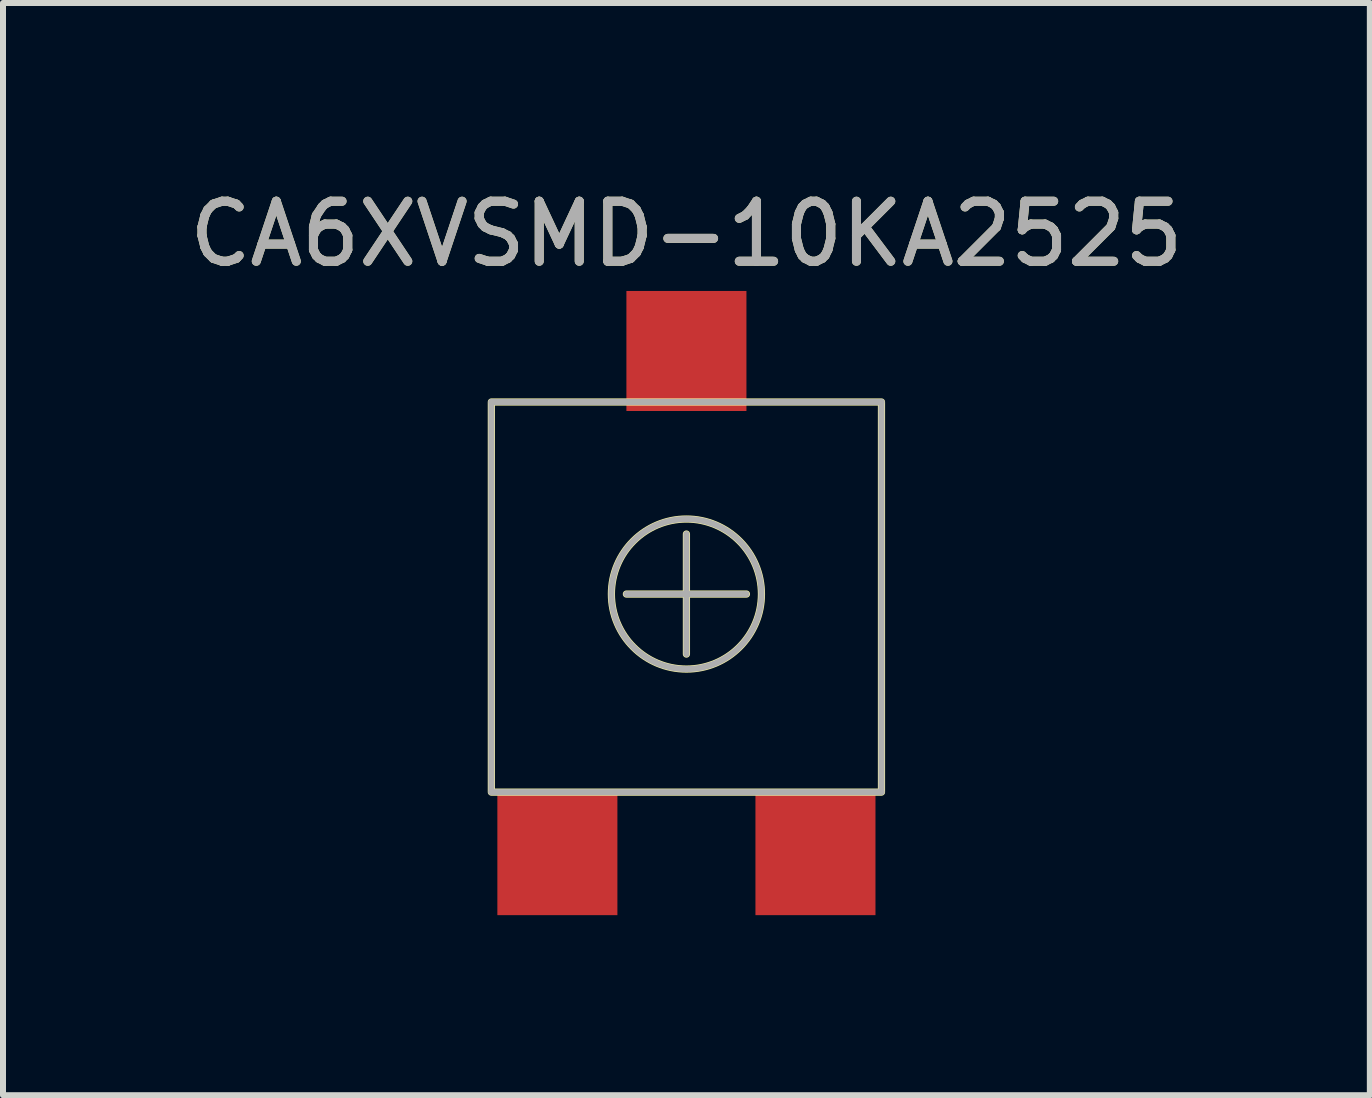
<source format=kicad_pcb>
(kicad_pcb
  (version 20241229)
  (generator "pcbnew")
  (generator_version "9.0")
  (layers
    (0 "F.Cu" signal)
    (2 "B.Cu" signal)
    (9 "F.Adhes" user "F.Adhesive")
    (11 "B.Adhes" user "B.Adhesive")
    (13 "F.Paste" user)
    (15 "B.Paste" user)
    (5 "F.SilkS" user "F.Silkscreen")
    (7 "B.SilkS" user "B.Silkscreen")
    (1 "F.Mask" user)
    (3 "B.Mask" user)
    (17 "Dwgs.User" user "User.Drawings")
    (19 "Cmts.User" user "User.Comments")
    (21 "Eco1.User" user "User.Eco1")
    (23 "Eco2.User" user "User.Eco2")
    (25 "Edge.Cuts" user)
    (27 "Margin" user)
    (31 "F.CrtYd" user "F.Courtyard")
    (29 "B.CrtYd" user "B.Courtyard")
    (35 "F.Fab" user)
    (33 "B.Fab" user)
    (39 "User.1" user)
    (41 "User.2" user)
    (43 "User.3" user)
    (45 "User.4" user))
  (footprint "CA6XVSMD-10KA2525"
    (layer "F.Cu")
    (at 8.387 6.848)
    (property "Reference" "CA6XVSMD-10KA2525" (at 0 -6 0) (unlocked yes) (layer "F.SilkS") (effects (font (size 1 1) (thickness 0.15))))
    (attr smd)
    (fp_line (start -1 0) (end 1 0) (stroke (width 0.12) (type solid)) (layer "F.SilkS"))
    (fp_line (start 0 -1) (end 0 1) (stroke (width 0.12) (type solid)) (layer "F.SilkS"))
    (fp_rect (start -3.25 3.3) (end 3.25 -3.2) (stroke (width 0.12) (type solid)) (fill no) (layer "F.SilkS"))
    (fp_circle (center 0 0) (end 1.25 0) (stroke (width 0.12) (type solid)) (fill no) (layer "F.SilkS"))
    (fp_line (start -3.25 -3.2) (end -3.25 3.3) (stroke (width 0.1) (type solid)) (layer "F.Fab"))
    (fp_line (start -3.25 3.3) (end 3.25 3.3) (stroke (width 0.1) (type solid)) (layer "F.Fab"))
    (fp_line (start -1 0) (end 1 0) (stroke (width 0.1) (type solid)) (layer "F.Fab"))
    (fp_line (start 0 -1) (end 0 1) (stroke (width 0.1) (type solid)) (layer "F.Fab"))
    (fp_line (start 3.25 -3.2) (end -3.25 -3.2) (stroke (width 0.1) (type solid)) (layer "F.Fab"))
    (fp_line (start 3.25 3.3) (end 3.25 -3.2) (stroke (width 0.1) (type solid)) (layer "F.Fab"))
    (fp_circle (center 0 0) (end 0 1.25) (stroke (width 0.1) (type solid)) (fill no) (layer "F.Fab"))
    (fp_text user "${REFERENCE}" (at 0 -6 0) (unlocked yes) (layer "F.Fab") (effects (font (size 1 1) (thickness 0.15))))
    (pad "1" smd rect (at -2.15 4.35) (size 2 2) (layers "F.Cu" "F.Mask" "F.Paste"))
    (pad "2" smd rect (at 0 -4.05) (size 2 2) (layers "F.Cu" "F.Mask" "F.Paste"))
    (pad "3" smd rect (at 2.15 4.35) (size 2 2) (layers "F.Cu" "F.Mask" "F.Paste")))
  (gr_rect
    (start -3 -3)
    (end 19.774 15.198)
    (stroke (width 0.1) (type default))
    (fill no)
    (layer "Edge.Cuts")))
</source>
